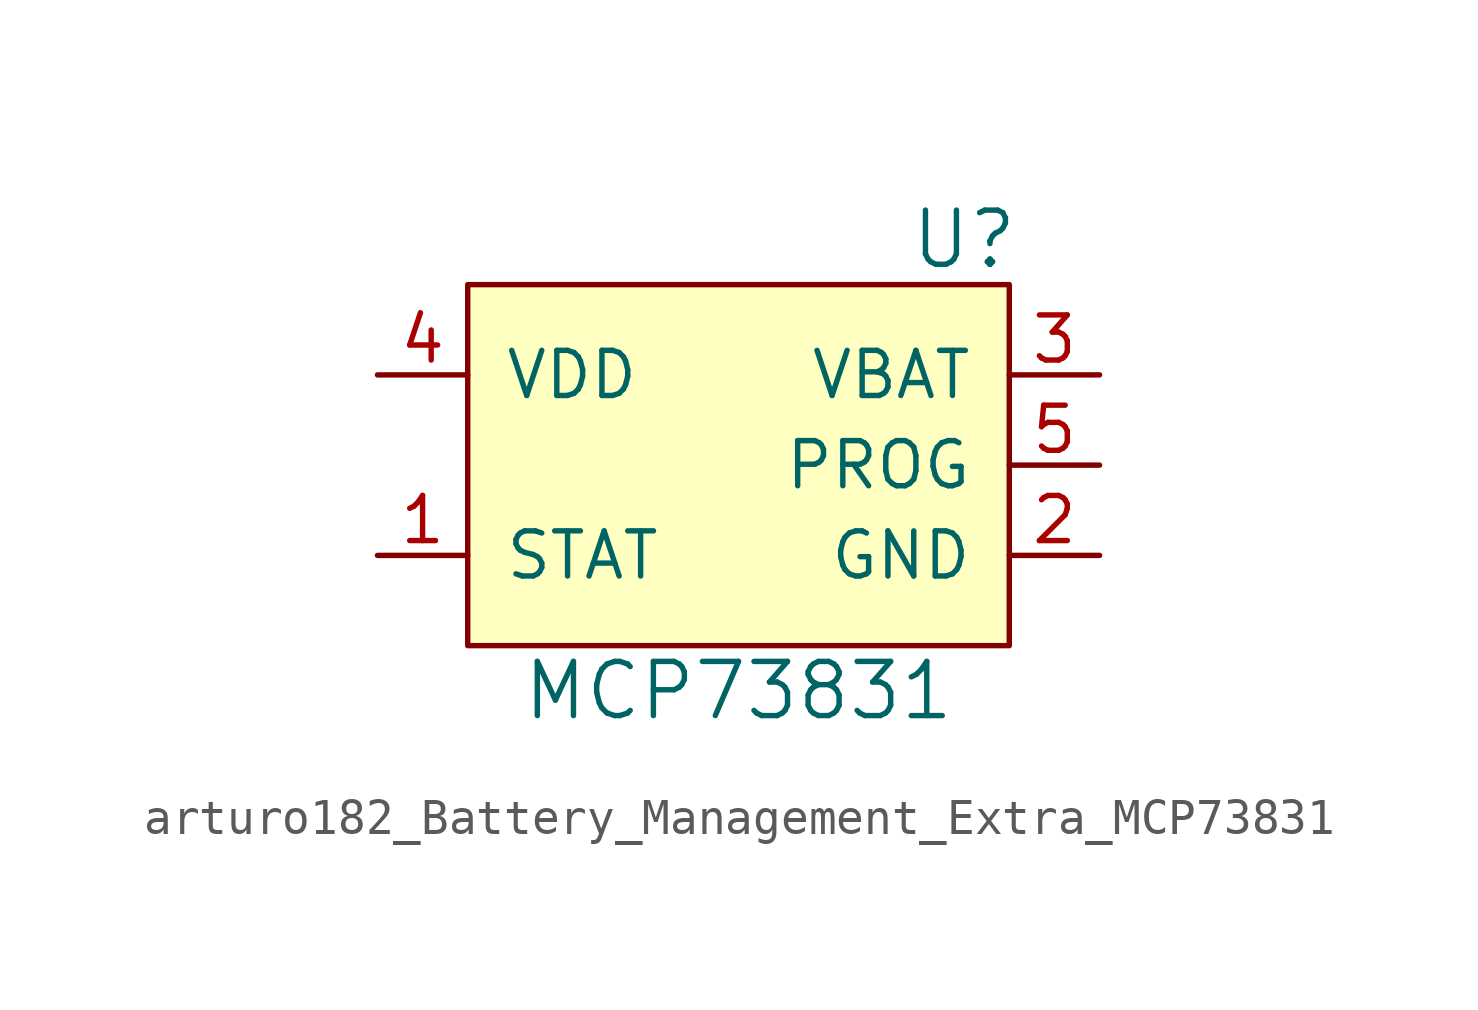
<source format=kicad_sym>
(kicad_symbol_lib
  (version 20220914)
  (generator kicad_symbol_editor)
  (symbol "arturo182_Battery_Management_Extra_MCP73831"
    (pin_names
      (offset 1.016))
    (property "Reference" "U"
      (at 6.35 6.35 0)
      (effects (font (size 1.524 1.524))))
    (property "Value" "MCP73831"
      (at 0 -6.35 0)
      (effects (font (size 1.524 1.524))))
    (symbol "arturo182_Battery_Management_Extra_MCP73831_0_1"
      (rectangle (start -7.62 5.08) (end 7.62 -5.08) (stroke (width 0) (type default) (color 0 0 0 0)) (fill (type background))))
    (symbol "arturo182_Battery_Management_Extra_MCP73831_1_1"
      (pin output line (at -10.16 -2.54 0) (length 2.54) (name "STAT" (effects (font (size 1.27 1.27)))) (number "1" (effects (font (size 1.27 1.27)))))
      (pin power_in line (at 10.16 -2.54 180) (length 2.54) (name "GND" (effects (font (size 1.27 1.27)))) (number "2" (effects (font (size 1.27 1.27)))))
      (pin power_out line (at 10.16 2.54 180) (length 2.54) (name "VBAT" (effects (font (size 1.27 1.27)))) (number "3" (effects (font (size 1.27 1.27)))))
      (pin power_in line (at -10.16 2.54 0) (length 2.54) (name "VDD" (effects (font (size 1.27 1.27)))) (number "4" (effects (font (size 1.27 1.27)))))
      (pin input line (at 10.16 0 180) (length 2.54) (name "PROG" (effects (font (size 1.27 1.27)))) (number "5" (effects (font (size 1.27 1.27))))))))
</source>
